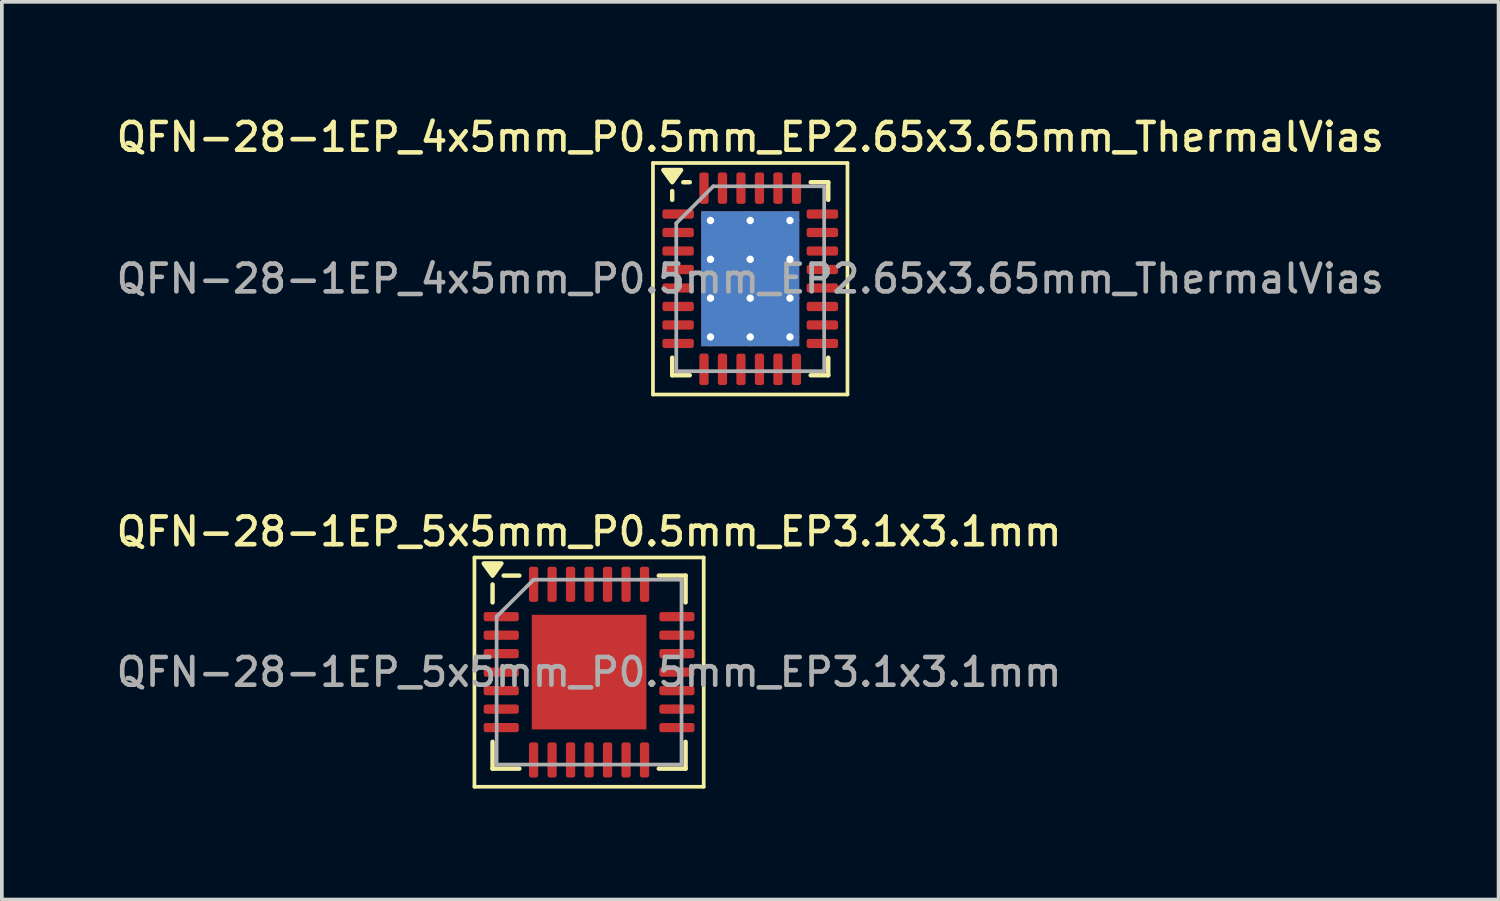
<source format=kicad_pcb>
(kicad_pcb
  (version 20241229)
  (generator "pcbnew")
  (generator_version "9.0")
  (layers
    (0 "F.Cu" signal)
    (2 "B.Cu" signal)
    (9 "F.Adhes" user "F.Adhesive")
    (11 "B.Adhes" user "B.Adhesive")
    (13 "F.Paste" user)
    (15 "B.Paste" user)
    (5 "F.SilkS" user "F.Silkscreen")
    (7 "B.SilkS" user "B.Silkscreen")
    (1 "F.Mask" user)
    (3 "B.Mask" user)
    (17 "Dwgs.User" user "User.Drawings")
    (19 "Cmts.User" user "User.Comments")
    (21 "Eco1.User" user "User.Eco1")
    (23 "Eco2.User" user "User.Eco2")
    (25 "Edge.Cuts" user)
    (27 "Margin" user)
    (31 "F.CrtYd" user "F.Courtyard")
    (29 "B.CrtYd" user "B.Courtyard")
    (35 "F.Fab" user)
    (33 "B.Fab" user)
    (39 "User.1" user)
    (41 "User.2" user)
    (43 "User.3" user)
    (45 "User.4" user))
  (footprint "QFN-28-1EP_5x5mm_P0.5mm_EP3.1x3.1mm"
    (layer "F.Cu")
    (at 12.88 15.126)
    (property "Reference" "QFN-28-1EP_5x5mm_P0.5mm_EP3.1x3.1mm" (at 0 -3.8 0) (layer "F.SilkS") (effects (font (size 0.75 0.75) (thickness 0.125))))
    (attr smd)
    (fp_line (start -3.1 -3.1) (end -3.1 3.1) (stroke (width 0.1) (type solid)) (layer "F.SilkS"))
    (fp_line (start -3.1 3.1) (end 3.1 3.1) (stroke (width 0.1) (type solid)) (layer "F.SilkS"))
    (fp_line (start -2.61 -1.885) (end -2.61 -2.37) (stroke (width 0.12) (type solid)) (layer "F.SilkS"))
    (fp_line (start -2.61 2.61) (end -2.61 1.885) (stroke (width 0.12) (type solid)) (layer "F.SilkS"))
    (fp_line (start -1.885 -2.61) (end -2.31 -2.61) (stroke (width 0.12) (type solid)) (layer "F.SilkS"))
    (fp_line (start -1.885 2.61) (end -2.61 2.61) (stroke (width 0.12) (type solid)) (layer "F.SilkS"))
    (fp_line (start 1.885 -2.61) (end 2.61 -2.61) (stroke (width 0.12) (type solid)) (layer "F.SilkS"))
    (fp_line (start 1.885 2.61) (end 2.61 2.61) (stroke (width 0.12) (type solid)) (layer "F.SilkS"))
    (fp_line (start 2.61 -2.61) (end 2.61 -1.885) (stroke (width 0.12) (type solid)) (layer "F.SilkS"))
    (fp_line (start 2.61 2.61) (end 2.61 1.885) (stroke (width 0.12) (type solid)) (layer "F.SilkS"))
    (fp_line (start 3.1 -3.1) (end -3.1 -3.1) (stroke (width 0.1) (type solid)) (layer "F.SilkS"))
    (fp_line (start 3.1 3.1) (end 3.1 -3.1) (stroke (width 0.1) (type solid)) (layer "F.SilkS"))
    (fp_poly (pts (xy -2.61 -2.61) (xy -2.85 -2.94) (xy -2.37 -2.94) (xy -2.61 -2.61)) (stroke (width 0.12) (type solid)) (fill yes) (layer "F.SilkS"))
    (fp_line (start -2.5 -1.5) (end -1.5 -2.5) (stroke (width 0.1) (type solid)) (layer "F.Fab"))
    (fp_line (start -2.5 2.5) (end -2.5 -1.5) (stroke (width 0.1) (type solid)) (layer "F.Fab"))
    (fp_line (start -1.5 -2.5) (end 2.5 -2.5) (stroke (width 0.1) (type solid)) (layer "F.Fab"))
    (fp_line (start 2.5 -2.5) (end 2.5 2.5) (stroke (width 0.1) (type solid)) (layer "F.Fab"))
    (fp_line (start 2.5 2.5) (end -2.5 2.5) (stroke (width 0.1) (type solid)) (layer "F.Fab"))
    (fp_text user "${REFERENCE}" (at 0 0 0) (layer "F.Fab") (effects (font (size 0.75 0.75) (thickness 0.125))))
    (pad "" smd roundrect (at -1.03 -1.03) (size 0.83 0.83) (layers "F.Paste") (roundrect_rratio 0.25))
    (pad "" smd roundrect (at -1.03 0) (size 0.83 0.83) (layers "F.Paste") (roundrect_rratio 0.25))
    (pad "" smd roundrect (at -1.03 1.03) (size 0.83 0.83) (layers "F.Paste") (roundrect_rratio 0.25))
    (pad "" smd roundrect (at 0 -1.03) (size 0.83 0.83) (layers "F.Paste") (roundrect_rratio 0.25))
    (pad "" smd roundrect (at 0 0) (size 0.83 0.83) (layers "F.Paste") (roundrect_rratio 0.25))
    (pad "" smd roundrect (at 0 1.03) (size 0.83 0.83) (layers "F.Paste") (roundrect_rratio 0.25))
    (pad "" smd roundrect (at 1.03 -1.03) (size 0.83 0.83) (layers "F.Paste") (roundrect_rratio 0.25))
    (pad "" smd roundrect (at 1.03 0) (size 0.83 0.83) (layers "F.Paste") (roundrect_rratio 0.25))
    (pad "" smd roundrect (at 1.03 1.03) (size 0.83 0.83) (layers "F.Paste") (roundrect_rratio 0.25))
    (pad "1" smd roundrect (at -2.375 -1.5) (size 0.95 0.25) (layers "F.Cu" "F.Mask" "F.Paste") (roundrect_rratio 0.25))
    (pad "2" smd roundrect (at -2.375 -1) (size 0.95 0.25) (layers "F.Cu" "F.Mask" "F.Paste") (roundrect_rratio 0.25))
    (pad "3" smd roundrect (at -2.375 -0.5) (size 0.95 0.25) (layers "F.Cu" "F.Mask" "F.Paste") (roundrect_rratio 0.25))
    (pad "4" smd roundrect (at -2.375 0) (size 0.95 0.25) (layers "F.Cu" "F.Mask" "F.Paste") (roundrect_rratio 0.25))
    (pad "5" smd roundrect (at -2.375 0.5) (size 0.95 0.25) (layers "F.Cu" "F.Mask" "F.Paste") (roundrect_rratio 0.25))
    (pad "6" smd roundrect (at -2.375 1) (size 0.95 0.25) (layers "F.Cu" "F.Mask" "F.Paste") (roundrect_rratio 0.25))
    (pad "7" smd roundrect (at -2.375 1.5) (size 0.95 0.25) (layers "F.Cu" "F.Mask" "F.Paste") (roundrect_rratio 0.25))
    (pad "8" smd roundrect (at -1.5 2.375) (size 0.25 0.95) (layers "F.Cu" "F.Mask" "F.Paste") (roundrect_rratio 0.25))
    (pad "9" smd roundrect (at -1 2.375) (size 0.25 0.95) (layers "F.Cu" "F.Mask" "F.Paste") (roundrect_rratio 0.25))
    (pad "10" smd roundrect (at -0.5 2.375) (size 0.25 0.95) (layers "F.Cu" "F.Mask" "F.Paste") (roundrect_rratio 0.25))
    (pad "11" smd roundrect (at 0 2.375) (size 0.25 0.95) (layers "F.Cu" "F.Mask" "F.Paste") (roundrect_rratio 0.25))
    (pad "12" smd roundrect (at 0.5 2.375) (size 0.25 0.95) (layers "F.Cu" "F.Mask" "F.Paste") (roundrect_rratio 0.25))
    (pad "13" smd roundrect (at 1 2.375) (size 0.25 0.95) (layers "F.Cu" "F.Mask" "F.Paste") (roundrect_rratio 0.25))
    (pad "14" smd roundrect (at 1.5 2.375) (size 0.25 0.95) (layers "F.Cu" "F.Mask" "F.Paste") (roundrect_rratio 0.25))
    (pad "15" smd roundrect (at 2.375 1.5) (size 0.95 0.25) (layers "F.Cu" "F.Mask" "F.Paste") (roundrect_rratio 0.25))
    (pad "16" smd roundrect (at 2.375 1) (size 0.95 0.25) (layers "F.Cu" "F.Mask" "F.Paste") (roundrect_rratio 0.25))
    (pad "17" smd roundrect (at 2.375 0.5) (size 0.95 0.25) (layers "F.Cu" "F.Mask" "F.Paste") (roundrect_rratio 0.25))
    (pad "18" smd roundrect (at 2.375 0) (size 0.95 0.25) (layers "F.Cu" "F.Mask" "F.Paste") (roundrect_rratio 0.25))
    (pad "19" smd roundrect (at 2.375 -0.5) (size 0.95 0.25) (layers "F.Cu" "F.Mask" "F.Paste") (roundrect_rratio 0.25))
    (pad "20" smd roundrect (at 2.375 -1) (size 0.95 0.25) (layers "F.Cu" "F.Mask" "F.Paste") (roundrect_rratio 0.25))
    (pad "21" smd roundrect (at 2.375 -1.5) (size 0.95 0.25) (layers "F.Cu" "F.Mask" "F.Paste") (roundrect_rratio 0.25))
    (pad "22" smd roundrect (at 1.5 -2.375) (size 0.25 0.95) (layers "F.Cu" "F.Mask" "F.Paste") (roundrect_rratio 0.25))
    (pad "23" smd roundrect (at 1 -2.375) (size 0.25 0.95) (layers "F.Cu" "F.Mask" "F.Paste") (roundrect_rratio 0.25))
    (pad "24" smd roundrect (at 0.5 -2.375) (size 0.25 0.95) (layers "F.Cu" "F.Mask" "F.Paste") (roundrect_rratio 0.25))
    (pad "25" smd roundrect (at 0 -2.375) (size 0.25 0.95) (layers "F.Cu" "F.Mask" "F.Paste") (roundrect_rratio 0.25))
    (pad "26" smd roundrect (at -0.5 -2.375) (size 0.25 0.95) (layers "F.Cu" "F.Mask" "F.Paste") (roundrect_rratio 0.25))
    (pad "27" smd roundrect (at -1 -2.375) (size 0.25 0.95) (layers "F.Cu" "F.Mask" "F.Paste") (roundrect_rratio 0.25))
    (pad "28" smd roundrect (at -1.5 -2.375) (size 0.25 0.95) (layers "F.Cu" "F.Mask" "F.Paste") (roundrect_rratio 0.25))
    (pad "29" smd rect (at 0 0) (size 3.1 3.1) (property pad_prop_heatsink) (layers "F.Cu" "F.Mask")))
  (footprint "QFN-28-1EP_4x5mm_P0.5mm_EP2.65x3.65mm_ThermalVias"
    (layer "F.Cu")
    (at 17.238 4.488)
    (property "Reference" "QFN-28-1EP_4x5mm_P0.5mm_EP2.65x3.65mm_ThermalVias" (at 0 -3.83 0) (layer "F.SilkS") (effects (font (size 0.75 0.75) (thickness 0.125))))
    (attr smd)
    (fp_line (start -2.63 -3.13) (end -2.63 3.13) (stroke (width 0.1) (type solid)) (layer "F.SilkS"))
    (fp_line (start -2.63 3.13) (end 2.63 3.13) (stroke (width 0.1) (type solid)) (layer "F.SilkS"))
    (fp_line (start -2.11 -2.135) (end -2.11 -2.37) (stroke (width 0.12) (type solid)) (layer "F.SilkS"))
    (fp_line (start -2.11 2.61) (end -2.11 2.135) (stroke (width 0.12) (type solid)) (layer "F.SilkS"))
    (fp_line (start -1.635 -2.61) (end -1.81 -2.61) (stroke (width 0.12) (type solid)) (layer "F.SilkS"))
    (fp_line (start -1.635 2.61) (end -2.11 2.61) (stroke (width 0.12) (type solid)) (layer "F.SilkS"))
    (fp_line (start 1.635 -2.61) (end 2.11 -2.61) (stroke (width 0.12) (type solid)) (layer "F.SilkS"))
    (fp_line (start 1.635 2.61) (end 2.11 2.61) (stroke (width 0.12) (type solid)) (layer "F.SilkS"))
    (fp_line (start 2.11 -2.61) (end 2.11 -2.135) (stroke (width 0.12) (type solid)) (layer "F.SilkS"))
    (fp_line (start 2.11 2.61) (end 2.11 2.135) (stroke (width 0.12) (type solid)) (layer "F.SilkS"))
    (fp_line (start 2.63 -3.13) (end -2.63 -3.13) (stroke (width 0.1) (type solid)) (layer "F.SilkS"))
    (fp_line (start 2.63 3.13) (end 2.63 -3.13) (stroke (width 0.1) (type solid)) (layer "F.SilkS"))
    (fp_poly (pts (xy -2.11 -2.61) (xy -2.35 -2.94) (xy -1.87 -2.94) (xy -2.11 -2.61)) (stroke (width 0.12) (type solid)) (fill yes) (layer "F.SilkS"))
    (fp_line (start -2 -1.5) (end -1 -2.5) (stroke (width 0.1) (type solid)) (layer "F.Fab"))
    (fp_line (start -2 2.5) (end -2 -1.5) (stroke (width 0.1) (type solid)) (layer "F.Fab"))
    (fp_line (start -1 -2.5) (end 2 -2.5) (stroke (width 0.1) (type solid)) (layer "F.Fab"))
    (fp_line (start 2 -2.5) (end 2 2.5) (stroke (width 0.1) (type solid)) (layer "F.Fab"))
    (fp_line (start 2 2.5) (end -2 2.5) (stroke (width 0.1) (type solid)) (layer "F.Fab"))
    (fp_text user "${REFERENCE}" (at 0 0 0) (layer "F.Fab") (effects (font (size 0.75 0.75) (thickness 0.125))))
    (pad "" smd roundrect (at -0.66 -1.22) (size 1.07 0.98) (layers "F.Paste") (roundrect_rratio 0.25))
    (pad "" smd roundrect (at -0.66 0) (size 1.07 0.98) (layers "F.Paste") (roundrect_rratio 0.25))
    (pad "" smd roundrect (at -0.66 1.22) (size 1.07 0.98) (layers "F.Paste") (roundrect_rratio 0.25))
    (pad "" smd roundrect (at 0.66 -1.22) (size 1.07 0.98) (layers "F.Paste") (roundrect_rratio 0.25))
    (pad "" smd roundrect (at 0.66 0) (size 1.07 0.98) (layers "F.Paste") (roundrect_rratio 0.25))
    (pad "" smd roundrect (at 0.66 1.22) (size 1.07 0.98) (layers "F.Paste") (roundrect_rratio 0.25))
    (pad "1" smd roundrect (at -1.95 -1.75) (size 0.85 0.25) (layers "F.Cu" "F.Mask" "F.Paste") (roundrect_rratio 0.25))
    (pad "2" smd roundrect (at -1.95 -1.25) (size 0.85 0.25) (layers "F.Cu" "F.Mask" "F.Paste") (roundrect_rratio 0.25))
    (pad "3" smd roundrect (at -1.95 -0.75) (size 0.85 0.25) (layers "F.Cu" "F.Mask" "F.Paste") (roundrect_rratio 0.25))
    (pad "4" smd roundrect (at -1.95 -0.25) (size 0.85 0.25) (layers "F.Cu" "F.Mask" "F.Paste") (roundrect_rratio 0.25))
    (pad "5" smd roundrect (at -1.95 0.25) (size 0.85 0.25) (layers "F.Cu" "F.Mask" "F.Paste") (roundrect_rratio 0.25))
    (pad "6" smd roundrect (at -1.95 0.75) (size 0.85 0.25) (layers "F.Cu" "F.Mask" "F.Paste") (roundrect_rratio 0.25))
    (pad "7" smd roundrect (at -1.95 1.25) (size 0.85 0.25) (layers "F.Cu" "F.Mask" "F.Paste") (roundrect_rratio 0.25))
    (pad "8" smd roundrect (at -1.95 1.75) (size 0.85 0.25) (layers "F.Cu" "F.Mask" "F.Paste") (roundrect_rratio 0.25))
    (pad "9" smd roundrect (at -1.25 2.45) (size 0.25 0.85) (layers "F.Cu" "F.Mask" "F.Paste") (roundrect_rratio 0.25))
    (pad "10" smd roundrect (at -0.75 2.45) (size 0.25 0.85) (layers "F.Cu" "F.Mask" "F.Paste") (roundrect_rratio 0.25))
    (pad "11" smd roundrect (at -0.25 2.45) (size 0.25 0.85) (layers "F.Cu" "F.Mask" "F.Paste") (roundrect_rratio 0.25))
    (pad "12" smd roundrect (at 0.25 2.45) (size 0.25 0.85) (layers "F.Cu" "F.Mask" "F.Paste") (roundrect_rratio 0.25))
    (pad "13" smd roundrect (at 0.75 2.45) (size 0.25 0.85) (layers "F.Cu" "F.Mask" "F.Paste") (roundrect_rratio 0.25))
    (pad "14" smd roundrect (at 1.25 2.45) (size 0.25 0.85) (layers "F.Cu" "F.Mask" "F.Paste") (roundrect_rratio 0.25))
    (pad "15" smd roundrect (at 1.95 1.75) (size 0.85 0.25) (layers "F.Cu" "F.Mask" "F.Paste") (roundrect_rratio 0.25))
    (pad "16" smd roundrect (at 1.95 1.25) (size 0.85 0.25) (layers "F.Cu" "F.Mask" "F.Paste") (roundrect_rratio 0.25))
    (pad "17" smd roundrect (at 1.95 0.75) (size 0.85 0.25) (layers "F.Cu" "F.Mask" "F.Paste") (roundrect_rratio 0.25))
    (pad "18" smd roundrect (at 1.95 0.25) (size 0.85 0.25) (layers "F.Cu" "F.Mask" "F.Paste") (roundrect_rratio 0.25))
    (pad "19" smd roundrect (at 1.95 -0.25) (size 0.85 0.25) (layers "F.Cu" "F.Mask" "F.Paste") (roundrect_rratio 0.25))
    (pad "20" smd roundrect (at 1.95 -0.75) (size 0.85 0.25) (layers "F.Cu" "F.Mask" "F.Paste") (roundrect_rratio 0.25))
    (pad "21" smd roundrect (at 1.95 -1.25) (size 0.85 0.25) (layers "F.Cu" "F.Mask" "F.Paste") (roundrect_rratio 0.25))
    (pad "22" smd roundrect (at 1.95 -1.75) (size 0.85 0.25) (layers "F.Cu" "F.Mask" "F.Paste") (roundrect_rratio 0.25))
    (pad "23" smd roundrect (at 1.25 -2.45) (size 0.25 0.85) (layers "F.Cu" "F.Mask" "F.Paste") (roundrect_rratio 0.25))
    (pad "24" smd roundrect (at 0.75 -2.45) (size 0.25 0.85) (layers "F.Cu" "F.Mask" "F.Paste") (roundrect_rratio 0.25))
    (pad "25" smd roundrect (at 0.25 -2.45) (size 0.25 0.85) (layers "F.Cu" "F.Mask" "F.Paste") (roundrect_rratio 0.25))
    (pad "26" smd roundrect (at -0.25 -2.45) (size 0.25 0.85) (layers "F.Cu" "F.Mask" "F.Paste") (roundrect_rratio 0.25))
    (pad "27" smd roundrect (at -0.75 -2.45) (size 0.25 0.85) (layers "F.Cu" "F.Mask" "F.Paste") (roundrect_rratio 0.25))
    (pad "28" smd roundrect (at -1.25 -2.45) (size 0.25 0.85) (layers "F.Cu" "F.Mask" "F.Paste") (roundrect_rratio 0.25))
    (pad "29" thru_hole circle (at -1.075 -1.575) (size 0.5 0.5) (drill 0.2) (property pad_prop_heatsink) (layers "*.Cu"))
    (pad "29" thru_hole circle (at -1.075 -0.525) (size 0.5 0.5) (drill 0.2) (property pad_prop_heatsink) (layers "*.Cu"))
    (pad "29" thru_hole circle (at -1.075 0.525) (size 0.5 0.5) (drill 0.2) (property pad_prop_heatsink) (layers "*.Cu"))
    (pad "29" thru_hole circle (at -1.075 1.575) (size 0.5 0.5) (drill 0.2) (property pad_prop_heatsink) (layers "*.Cu"))
    (pad "29" thru_hole circle (at 0 -1.575) (size 0.5 0.5) (drill 0.2) (property pad_prop_heatsink) (layers "*.Cu"))
    (pad "29" thru_hole circle (at 0 -0.525) (size 0.5 0.5) (drill 0.2) (property pad_prop_heatsink) (layers "*.Cu"))
    (pad "29" smd rect (at 0 0) (size 2.65 3.65) (property pad_prop_heatsink) (layers "F.Cu" "F.Mask"))
    (pad "29" smd rect (at 0 0) (size 2.65 3.65) (property pad_prop_heatsink) (layers "B.Cu"))
    (pad "29" thru_hole circle (at 0 0.525) (size 0.5 0.5) (drill 0.2) (property pad_prop_heatsink) (layers "*.Cu"))
    (pad "29" thru_hole circle (at 0 1.575) (size 0.5 0.5) (drill 0.2) (property pad_prop_heatsink) (layers "*.Cu"))
    (pad "29" thru_hole circle (at 1.075 -1.575) (size 0.5 0.5) (drill 0.2) (property pad_prop_heatsink) (layers "*.Cu"))
    (pad "29" thru_hole circle (at 1.075 -0.525) (size 0.5 0.5) (drill 0.2) (property pad_prop_heatsink) (layers "*.Cu"))
    (pad "29" thru_hole circle (at 1.075 0.525) (size 0.5 0.5) (drill 0.2) (property pad_prop_heatsink) (layers "*.Cu"))
    (pad "29" thru_hole circle (at 1.075 1.575) (size 0.5 0.5) (drill 0.2) (property pad_prop_heatsink) (layers "*.Cu")))
  (gr_rect
    (start -3 -3)
    (end 37.475 21.276)
    (stroke (width 0.1) (type default))
    (fill no)
    (layer "Edge.Cuts")))
</source>
